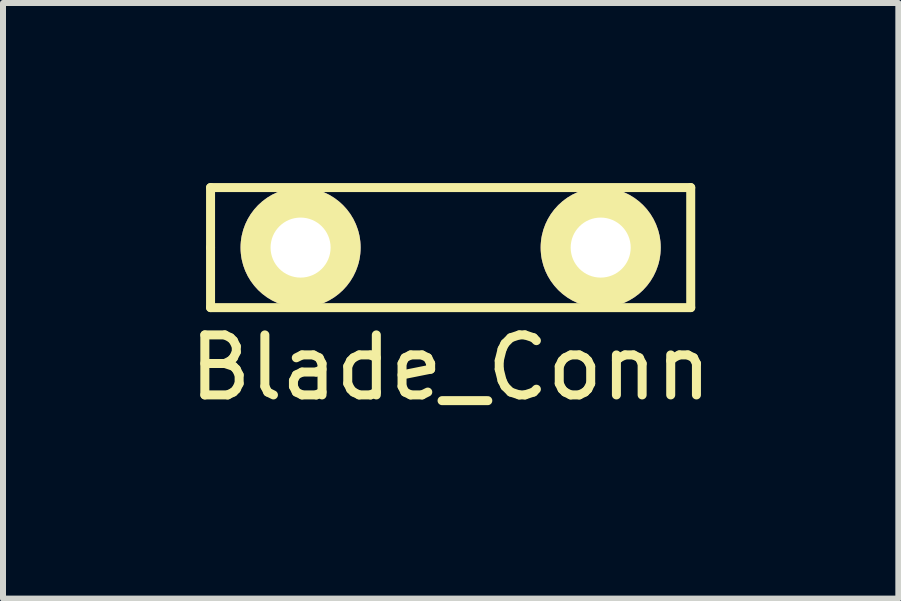
<source format=kicad_pcb>
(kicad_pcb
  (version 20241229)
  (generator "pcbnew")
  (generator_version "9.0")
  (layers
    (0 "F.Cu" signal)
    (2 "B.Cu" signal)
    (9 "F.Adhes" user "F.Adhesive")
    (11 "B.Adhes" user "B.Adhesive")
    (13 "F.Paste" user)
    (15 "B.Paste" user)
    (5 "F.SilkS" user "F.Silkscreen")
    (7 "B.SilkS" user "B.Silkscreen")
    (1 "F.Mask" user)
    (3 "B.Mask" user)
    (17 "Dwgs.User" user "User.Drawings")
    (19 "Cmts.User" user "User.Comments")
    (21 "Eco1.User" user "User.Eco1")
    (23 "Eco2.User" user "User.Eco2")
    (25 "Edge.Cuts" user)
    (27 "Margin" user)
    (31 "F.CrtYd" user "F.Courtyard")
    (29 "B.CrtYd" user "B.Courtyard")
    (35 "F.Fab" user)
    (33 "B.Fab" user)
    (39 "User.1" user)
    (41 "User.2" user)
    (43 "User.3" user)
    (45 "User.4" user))
  (footprint "Blade_Conn"
    (layer "F.Cu")
    (at 4.458 1.075)
    (property "Reference" "Blade_Conn" (at 0 2 0) (layer "F.SilkS") (effects (font (size 1 1) (thickness 0.15))))
    (attr through_hole)
    (fp_line (start -4 -1) (end -4 0) (stroke (width 0.15) (type solid)) (layer "F.SilkS"))
    (fp_line (start -4 0) (end -4 1) (stroke (width 0.15) (type solid)) (layer "F.SilkS"))
    (fp_line (start -4 1) (end 4 1) (stroke (width 0.15) (type solid)) (layer "F.SilkS"))
    (fp_line (start 4 -1) (end -4 -1) (stroke (width 0.15) (type solid)) (layer "F.SilkS"))
    (fp_line (start 4 1) (end 4 -1) (stroke (width 0.15) (type solid)) (layer "F.SilkS"))
    (pad "1" thru_hole circle (at -2.5 0) (size 2 2) (drill 1) (layers "*.Cu" "*.Mask" "F.SilkS"))
    (pad "1" thru_hole circle (at 2.5 0) (size 2 2) (drill 1) (layers "*.Cu" "*.Mask" "F.SilkS")))
  (gr_rect
    (start -3 -3)
    (end 11.917 6.923)
    (stroke (width 0.1) (type default))
    (fill no)
    (layer "Edge.Cuts")))
</source>
